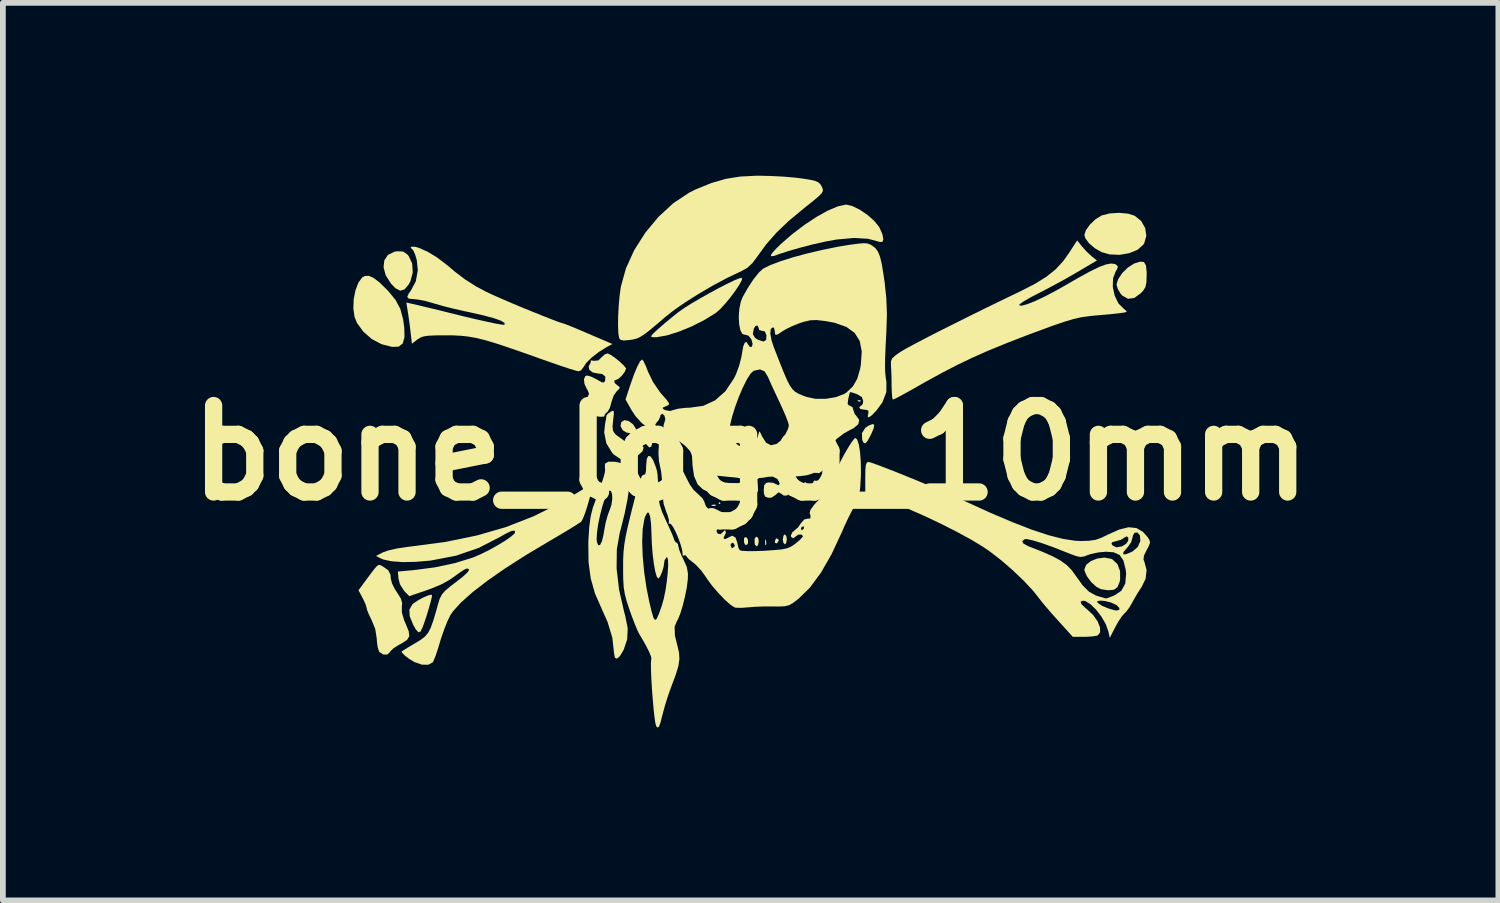
<source format=kicad_pcb>
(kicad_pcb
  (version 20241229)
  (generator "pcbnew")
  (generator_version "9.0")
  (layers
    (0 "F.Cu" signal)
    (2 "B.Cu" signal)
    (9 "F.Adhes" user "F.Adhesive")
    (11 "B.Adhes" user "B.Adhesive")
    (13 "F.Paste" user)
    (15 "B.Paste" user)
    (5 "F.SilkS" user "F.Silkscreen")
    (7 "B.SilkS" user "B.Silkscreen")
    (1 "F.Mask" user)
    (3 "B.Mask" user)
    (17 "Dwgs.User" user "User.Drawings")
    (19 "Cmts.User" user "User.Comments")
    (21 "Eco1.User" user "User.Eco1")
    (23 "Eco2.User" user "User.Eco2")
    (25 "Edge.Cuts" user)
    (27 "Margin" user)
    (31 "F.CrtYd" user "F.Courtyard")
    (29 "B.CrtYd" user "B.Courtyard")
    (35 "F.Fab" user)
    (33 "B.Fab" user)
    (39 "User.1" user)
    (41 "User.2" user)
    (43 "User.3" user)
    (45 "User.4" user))
  (footprint "bone_logo_10mm"
    (layer "F.Cu")
    (at 9.979 4.811)
    (property "Reference" "bone_logo_10mm" (at 0 0 0) (layer "F.SilkS") (effects (font (size 1.5 1.5) (thickness 0.3))))
    (attr board_only exclude_from_pos_files exclude_from_bom)
    (fp_poly (pts (xy -0.523 0.872) (xy -0.541 0.89) (xy -0.558 0.872) (xy -0.541 0.855)) (stroke (width 0) (type solid)) (fill yes) (layer "F.SilkS"))
    (fp_poly (pts (xy -0.603 0.904) (xy -0.613 0.919) (xy -0.648 0.922) (xy -0.686 0.913) (xy -0.669 0.901) (xy -0.615 0.897)) (stroke (width 0) (type solid)) (fill yes) (layer "F.SilkS"))
    (fp_poly (pts (xy 0.267 1.509) (xy 0.272 1.58) (xy 0.267 1.596) (xy 0.255 1.601) (xy 0.25 1.553) (xy 0.255 1.503)) (stroke (width 0) (type solid)) (fill yes) (layer "F.SilkS"))
    (fp_poly (pts (xy 1.907 -0.913) (xy 1.903 -0.892) (xy 1.884 -0.89) (xy 1.855 -0.902) (xy 1.861 -0.913) (xy 1.902 -0.917)) (stroke (width 0) (type solid)) (fill yes) (layer "F.SilkS"))
    (fp_poly (pts (xy -0.066 1.469) (xy -0.045 1.514) (xy -0.047 1.569) (xy -0.06 1.592) (xy -0.095 1.597) (xy -0.114 1.555) (xy -0.116 1.489) (xy -0.101 1.463)) (stroke (width 0) (type solid)) (fill yes) (layer "F.SilkS"))
    (fp_poly (pts (xy 0.487 1.508) (xy 0.488 1.516) (xy 0.463 1.563) (xy 0.454 1.57) (xy 0.424 1.562) (xy 0.419 1.537) (xy 0.437 1.489) (xy 0.454 1.483)) (stroke (width 0) (type solid)) (fill yes) (layer "F.SilkS"))
    (fp_poly (pts (xy 0.619 1.443) (xy 0.628 1.5) (xy 0.616 1.566) (xy 0.593 1.587) (xy 0.567 1.558) (xy 0.558 1.5) (xy 0.57 1.435) (xy 0.593 1.413)) (stroke (width 0) (type solid)) (fill yes) (layer "F.SilkS"))
    (fp_poly (pts (xy 0.13 1.475) (xy 0.14 1.532) (xy 0.128 1.599) (xy 0.105 1.622) (xy 0.074 1.594) (xy 0.07 1.57) (xy 0.068 1.507) (xy 0.067 1.492) (xy 0.091 1.459) (xy 0.102 1.455)) (stroke (width 0) (type solid)) (fill yes) (layer "F.SilkS"))
    (fp_poly (pts (xy -2.117 -0.553) (xy -2.042 -0.497) (xy -1.994 -0.423) (xy -1.989 -0.394) (xy -2.016 -0.351) (xy -2.082 -0.339) (xy -2.161 -0.356) (xy -2.223 -0.396) (xy -2.259 -0.467) (xy -2.245 -0.534) (xy -2.192 -0.569)) (stroke (width 0) (type solid)) (fill yes) (layer "F.SilkS"))
    (fp_poly (pts (xy 2.145 -0.487) (xy 2.134 -0.423) (xy 2.088 -0.318) (xy 2.03 -0.21) (xy 1.989 -0.165) (xy 1.958 -0.178) (xy 1.936 -0.227) (xy 1.931 -0.342) (xy 1.991 -0.436) (xy 2.042 -0.471) (xy 2.115 -0.501)) (stroke (width 0) (type solid)) (fill yes) (layer "F.SilkS"))
    (fp_poly (pts (xy -1.784 -0.34) (xy -1.77 -0.334) (xy -1.711 -0.299) (xy -1.697 -0.237) (xy -1.702 -0.195) (xy -1.724 -0.11) (xy -1.758 -0.094) (xy -1.808 -0.145) (xy -1.822 -0.166) (xy -1.885 -0.277) (xy -1.901 -0.341) (xy -1.868 -0.36)) (stroke (width 0) (type solid)) (fill yes) (layer "F.SilkS"))
    (fp_poly (pts (xy -6.033 -3.495) (xy -5.962 -3.448) (xy -5.935 -3.416) (xy -5.875 -3.287) (xy -5.865 -3.133) (xy -5.906 -2.978) (xy -5.934 -2.926) (xy -6.007 -2.838) (xy -6.083 -2.816) (xy -6.167 -2.859) (xy -6.243 -2.939) (xy -6.335 -3.084) (xy -6.372 -3.223) (xy -6.358 -3.344) (xy -6.295 -3.437) (xy -6.183 -3.492) (xy -6.132 -3.5)) (stroke (width 0) (type solid)) (fill yes) (layer "F.SilkS"))
    (fp_poly (pts (xy -5.531 2.464) (xy -5.534 2.502) (xy -5.555 2.588) (xy -5.588 2.705) (xy -5.628 2.836) (xy -5.671 2.963) (xy -5.694 3.027) (xy -5.73 3.1) (xy -5.766 3.114) (xy -5.81 3.066) (xy -5.858 2.982) (xy -5.918 2.834) (xy -5.923 2.719) (xy -5.872 2.63) (xy -5.846 2.607) (xy -5.765 2.553) (xy -5.671 2.504) (xy -5.588 2.47) (xy -5.536 2.462)) (stroke (width 0) (type solid)) (fill yes) (layer "F.SilkS"))
    (fp_poly (pts (xy 6.255 1.838) (xy 6.279 1.849) (xy 6.366 1.93) (xy 6.412 2.054) (xy 6.412 2.202) (xy 6.403 2.241) (xy 6.367 2.329) (xy 6.306 2.375) (xy 6.207 2.384) (xy 6.081 2.366) (xy 5.999 2.323) (xy 5.91 2.241) (xy 5.836 2.141) (xy 5.795 2.048) (xy 5.792 2.023) (xy 5.823 1.943) (xy 5.905 1.877) (xy 6.017 1.833) (xy 6.14 1.817)) (stroke (width 0) (type solid)) (fill yes) (layer "F.SilkS"))
    (fp_poly (pts (xy 6.826 -3.313) (xy 6.861 -3.255) (xy 6.873 -3.138) (xy 6.873 -3.086) (xy 6.869 -2.961) (xy 6.852 -2.879) (xy 6.812 -2.815) (xy 6.771 -2.771) (xy 6.657 -2.689) (xy 6.549 -2.675) (xy 6.452 -2.729) (xy 6.422 -2.761) (xy 6.372 -2.846) (xy 6.35 -2.922) (xy 6.35 -2.923) (xy 6.378 -3.015) (xy 6.448 -3.12) (xy 6.545 -3.216) (xy 6.649 -3.283) (xy 6.655 -3.286) (xy 6.76 -3.32)) (stroke (width 0) (type solid)) (fill yes) (layer "F.SilkS"))
    (fp_poly (pts (xy 6.555 -4.152) (xy 6.665 -4.116) (xy 6.778 -4.025) (xy 6.848 -3.902) (xy 6.867 -3.767) (xy 6.831 -3.639) (xy 6.816 -3.615) (xy 6.717 -3.527) (xy 6.572 -3.467) (xy 6.403 -3.438) (xy 6.231 -3.445) (xy 6.088 -3.486) (xy 5.973 -3.553) (xy 5.874 -3.638) (xy 5.809 -3.725) (xy 5.792 -3.781) (xy 5.819 -3.866) (xy 5.89 -3.964) (xy 5.986 -4.056) (xy 6.09 -4.12) (xy 6.094 -4.122) (xy 6.233 -4.157) (xy 6.397 -4.167)) (stroke (width 0) (type solid)) (fill yes) (layer "F.SilkS"))
    (fp_poly (pts (xy -6.544 -3.037) (xy -6.439 -2.956) (xy -6.304 -2.823) (xy -6.288 -2.806) (xy -6.163 -2.654) (xy -6.081 -2.499) (xy -6.032 -2.317) (xy -6.013 -2.178) (xy -6.008 -2.011) (xy -6.038 -1.901) (xy -6.107 -1.845) (xy -6.222 -1.84) (xy -6.385 -1.881) (xy -6.415 -1.891) (xy -6.578 -1.977) (xy -6.723 -2.105) (xy -6.832 -2.254) (xy -6.875 -2.359) (xy -6.896 -2.508) (xy -6.89 -2.669) (xy -6.859 -2.823) (xy -6.81 -2.953) (xy -6.745 -3.043) (xy -6.7 -3.07) (xy -6.629 -3.074)) (stroke (width 0) (type solid)) (fill yes) (layer "F.SilkS"))
    (fp_poly (pts (xy -2.376 -0.724) (xy -2.375 -0.671) (xy -2.387 -0.569) (xy -2.398 -0.455) (xy -2.389 -0.385) (xy -2.357 -0.334) (xy -2.33 -0.308) (xy -2.184 -0.203) (xy -2.038 -0.159) (xy -1.993 -0.157) (xy -1.896 -0.139) (xy -1.857 -0.094) (xy -1.877 -0.029) (xy -1.957 0.044) (xy -1.986 0.063) (xy -2.13 0.119) (xy -2.259 0.107) (xy -2.377 0.027) (xy -2.402 0.001) (xy -2.505 -0.166) (xy -2.542 -0.354) (xy -2.528 -0.497) (xy -2.511 -0.586) (xy -2.504 -0.642) (xy -2.504 -0.647) (xy -2.481 -0.678) (xy -2.436 -0.711) (xy -2.395 -0.733)) (stroke (width 0) (type solid)) (fill yes) (layer "F.SilkS"))
    (fp_poly (pts (xy -0.149 -3.039) (xy -0.154 -2.999) (xy -0.196 -2.92) (xy -0.264 -2.817) (xy -0.349 -2.703) (xy -0.44 -2.592) (xy -0.528 -2.497) (xy -0.601 -2.432) (xy -0.607 -2.428) (xy -0.809 -2.304) (xy -1.029 -2.193) (xy -1.251 -2.103) (xy -1.456 -2.039) (xy -1.628 -2.009) (xy -1.673 -2.008) (xy -1.719 -2.011) (xy -1.727 -2.028) (xy -1.694 -2.069) (xy -1.614 -2.144) (xy -1.605 -2.151) (xy -1.491 -2.251) (xy -1.354 -2.364) (xy -1.248 -2.448) (xy -1.153 -2.515) (xy -1.024 -2.596) (xy -0.872 -2.685) (xy -0.71 -2.776) (xy -0.549 -2.863) (xy -0.4 -2.939) (xy -0.277 -2.998) (xy -0.189 -3.033) (xy -0.149 -3.039)) (stroke (width 0) (type solid)) (fill yes) (layer "F.SilkS"))
    (fp_poly (pts (xy 1.767 -4.284) (xy 1.897 -4.219) (xy 2.031 -4.128) (xy 2.148 -4.024) (xy 2.23 -3.922) (xy 2.235 -3.913) (xy 2.286 -3.797) (xy 2.303 -3.709) (xy 2.286 -3.662) (xy 2.242 -3.662) (xy 2.036 -3.717) (xy 1.794 -3.731) (xy 1.506 -3.705) (xy 1.477 -3.701) (xy 1.295 -3.668) (xy 1.082 -3.62) (xy 0.859 -3.562) (xy 0.65 -3.502) (xy 0.476 -3.445) (xy 0.41 -3.42) (xy 0.36 -3.413) (xy 0.349 -3.428) (xy 0.373 -3.468) (xy 0.435 -3.538) (xy 0.517 -3.619) (xy 0.721 -3.797) (xy 0.934 -3.958) (xy 1.144 -4.097) (xy 1.34 -4.206) (xy 1.512 -4.279) (xy 1.648 -4.309) (xy 1.661 -4.309)) (stroke (width 0) (type solid)) (fill yes) (layer "F.SilkS"))
    (fp_poly (pts (xy -6.425 1.949) (xy -6.39 1.968) (xy -6.383 1.972) (xy -6.292 2.035) (xy -6.252 2.112) (xy -6.246 2.184) (xy -6.225 2.265) (xy -6.174 2.368) (xy -6.138 2.422) (xy -6.072 2.527) (xy -6.048 2.608) (xy -6.054 2.671) (xy -6.054 2.772) (xy -6.014 2.905) (xy -5.986 2.97) (xy -5.935 3.096) (xy -5.925 3.181) (xy -5.963 3.245) (xy -6.056 3.306) (xy -6.108 3.333) (xy -6.194 3.387) (xy -6.251 3.44) (xy -6.257 3.453) (xy -6.305 3.499) (xy -6.375 3.5) (xy -6.44 3.459) (xy -6.453 3.439) (xy -6.476 3.362) (xy -6.489 3.253) (xy -6.49 3.221) (xy -6.516 3.056) (xy -6.577 2.906) (xy -6.626 2.805) (xy -6.658 2.725) (xy -6.664 2.696) (xy -6.68 2.639) (xy -6.719 2.55) (xy -6.736 2.517) (xy -6.807 2.384) (xy -6.692 2.228) (xy -6.593 2.095) (xy -6.527 2.009) (xy -6.484 1.961) (xy -6.453 1.944)) (stroke (width 0) (type solid)) (fill yes) (layer "F.SilkS"))
    (fp_poly (pts (xy 0.36 -4.806) (xy 0.575 -4.795) (xy 0.772 -4.778) (xy 0.88 -4.765) (xy 1.028 -4.742) (xy 1.123 -4.72) (xy 1.18 -4.693) (xy 1.215 -4.656) (xy 1.233 -4.624) (xy 1.251 -4.583) (xy 1.254 -4.548) (xy 1.234 -4.509) (xy 1.184 -4.457) (xy 1.095 -4.382) (xy 0.961 -4.275) (xy 0.933 -4.253) (xy 0.666 -4.031) (xy 0.45 -3.826) (xy 0.271 -3.622) (xy 0.123 -3.419) (xy 0.032 -3.296) (xy -0.057 -3.213) (xy -0.172 -3.149) (xy -0.205 -3.134) (xy -0.419 -3.032) (xy -0.656 -2.905) (xy -0.899 -2.763) (xy -1.129 -2.618) (xy -1.329 -2.48) (xy -1.47 -2.369) (xy -1.636 -2.227) (xy -1.76 -2.124) (xy -1.853 -2.053) (xy -1.926 -2.008) (xy -1.988 -1.982) (xy -2.051 -1.967) (xy -2.099 -1.96) (xy -2.204 -1.951) (xy -2.261 -1.964) (xy -2.282 -1.993) (xy -2.296 -2.072) (xy -2.302 -2.203) (xy -2.3 -2.367) (xy -2.291 -2.546) (xy -2.275 -2.723) (xy -2.254 -2.879) (xy -2.252 -2.888) (xy -2.164 -3.205) (xy -2.02 -3.521) (xy -1.828 -3.823) (xy -1.599 -4.098) (xy -1.343 -4.334) (xy -1.068 -4.517) (xy -0.955 -4.573) (xy -0.68 -4.685) (xy -0.431 -4.757) (xy -0.178 -4.797) (xy 0.105 -4.811) (xy 0.157 -4.811)) (stroke (width 0) (type solid)) (fill yes) (layer "F.SilkS"))
    (fp_poly (pts (xy -2.434 -1.705) (xy -2.358 -1.653) (xy -2.274 -1.585) (xy -2.203 -1.518) (xy -2.165 -1.47) (xy -2.163 -1.462) (xy -2.185 -1.407) (xy -2.236 -1.34) (xy -2.293 -1.287) (xy -2.324 -1.273) (xy -2.368 -1.255) (xy -2.359 -1.212) (xy -2.311 -1.171) (xy -2.272 -1.14) (xy -2.284 -1.108) (xy -2.323 -1.072) (xy -2.377 -0.997) (xy -2.414 -0.892) (xy -2.418 -0.873) (xy -2.445 -0.778) (xy -2.484 -0.714) (xy -2.494 -0.706) (xy -2.533 -0.669) (xy -2.533 -0.651) (xy -2.547 -0.631) (xy -2.611 -0.627) (xy -2.695 -0.638) (xy -2.748 -0.678) (xy -2.779 -0.744) (xy -2.808 -0.83) (xy -2.835 -0.881) (xy -2.847 -0.943) (xy -2.827 -0.975) (xy -2.805 -1.028) (xy -2.831 -1.092) (xy -2.841 -1.105) (xy -2.884 -1.195) (xy -2.894 -1.278) (xy -2.87 -1.332) (xy -2.839 -1.343) (xy -2.774 -1.326) (xy -2.684 -1.282) (xy -2.664 -1.271) (xy -2.587 -1.227) (xy -2.547 -1.222) (xy -2.526 -1.252) (xy -2.523 -1.327) (xy -2.579 -1.37) (xy -2.649 -1.378) (xy -2.743 -1.397) (xy -2.801 -1.443) (xy -2.811 -1.503) (xy -2.796 -1.53) (xy -2.773 -1.579) (xy -2.778 -1.597) (xy -2.766 -1.606) (xy -2.723 -1.598) (xy -2.644 -1.605) (xy -2.595 -1.653) (xy -2.534 -1.709) (xy -2.484 -1.727)) (stroke (width 0) (type solid)) (fill yes) (layer "F.SilkS"))
    (fp_poly (pts (xy -2.357 0.154) (xy -2.293 0.166) (xy -2.184 0.199) (xy -2.127 0.241) (xy -2.106 0.287) (xy -2.095 0.408) (xy -2.106 0.584) (xy -2.137 0.802) (xy -2.187 1.051) (xy -2.254 1.32) (xy -2.272 1.384) (xy -2.323 1.674) (xy -2.327 2.006) (xy -2.284 2.374) (xy -2.194 2.768) (xy -2.178 2.824) (xy -2.134 3.044) (xy -2.143 3.235) (xy -2.204 3.417) (xy -2.205 3.418) (xy -2.268 3.525) (xy -2.32 3.571) (xy -2.356 3.555) (xy -2.372 3.474) (xy -2.373 3.456) (xy -2.401 3.209) (xy -2.483 2.936) (xy -2.587 2.702) (xy -2.702 2.441) (xy -2.776 2.178) (xy -2.814 1.895) (xy -2.818 1.57) (xy -2.816 1.518) (xy -2.815 1.495) (xy -2.674 1.495) (xy -2.668 1.549) (xy -2.643 1.605) (xy -2.613 1.597) (xy -2.581 1.532) (xy -2.553 1.416) (xy -2.542 1.344) (xy -2.515 1.203) (xy -2.477 1.069) (xy -2.451 1.002) (xy -2.417 0.904) (xy -2.402 0.802) (xy -2.405 0.714) (xy -2.426 0.661) (xy -2.453 0.655) (xy -2.49 0.697) (xy -2.531 0.793) (xy -2.574 0.925) (xy -2.613 1.078) (xy -2.646 1.234) (xy -2.667 1.379) (xy -2.674 1.495) (xy -2.815 1.495) (xy -2.802 1.288) (xy -2.778 1.109) (xy -2.742 0.961) (xy -2.723 0.907) (xy -2.646 0.694) (xy -2.59 0.535) (xy -2.553 0.423) (xy -2.533 0.347) (xy -2.526 0.297) (xy -2.529 0.264) (xy -2.53 0.26) (xy -2.529 0.188) (xy -2.47 0.152)) (stroke (width 0) (type solid)) (fill yes) (layer "F.SilkS"))
    (fp_poly (pts (xy 5.746 -3.589) (xy 5.83 -3.495) (xy 5.917 -3.414) (xy 6.01 -3.34) (xy 5.665 -3.136) (xy 5.479 -3.029) (xy 5.269 -2.914) (xy 5.067 -2.807) (xy 4.98 -2.763) (xy 4.844 -2.692) (xy 4.738 -2.63) (xy 4.673 -2.584) (xy 4.658 -2.563) (xy 4.703 -2.555) (xy 4.797 -2.58) (xy 4.932 -2.633) (xy 5.098 -2.711) (xy 5.287 -2.81) (xy 5.443 -2.898) (xy 5.693 -3.042) (xy 5.892 -3.151) (xy 6.046 -3.226) (xy 6.164 -3.27) (xy 6.252 -3.287) (xy 6.317 -3.28) (xy 6.346 -3.266) (xy 6.374 -3.234) (xy 6.358 -3.185) (xy 6.337 -3.154) (xy 6.29 -3.032) (xy 6.285 -2.883) (xy 6.318 -2.73) (xy 6.383 -2.595) (xy 6.475 -2.503) (xy 6.483 -2.497) (xy 6.523 -2.463) (xy 6.522 -2.446) (xy 6.482 -2.436) (xy 6.386 -2.423) (xy 6.249 -2.408) (xy 6.086 -2.394) (xy 5.899 -2.377) (xy 5.746 -2.356) (xy 5.602 -2.324) (xy 5.445 -2.277) (xy 5.251 -2.21) (xy 5.216 -2.198) (xy 4.812 -2.049) (xy 4.461 -1.913) (xy 4.149 -1.786) (xy 3.864 -1.66) (xy 3.592 -1.53) (xy 3.319 -1.389) (xy 3.032 -1.232) (xy 2.896 -1.154) (xy 2.745 -1.069) (xy 2.617 -0.999) (xy 2.522 -0.948) (xy 2.474 -0.926) (xy 2.47 -0.925) (xy 2.458 -0.957) (xy 2.45 -1.04) (xy 2.446 -1.158) (xy 2.446 -1.16) (xy 2.445 -1.303) (xy 2.44 -1.436) (xy 2.435 -1.517) (xy 2.435 -1.588) (xy 2.457 -1.641) (xy 2.515 -1.695) (xy 2.599 -1.753) (xy 2.684 -1.804) (xy 2.824 -1.88) (xy 3.014 -1.979) (xy 3.244 -2.098) (xy 3.51 -2.231) (xy 3.802 -2.377) (xy 4.115 -2.531) (xy 4.44 -2.689) (xy 4.675 -2.802) (xy 4.932 -2.933) (xy 5.133 -3.058) (xy 5.294 -3.187) (xy 5.425 -3.329) (xy 5.521 -3.464) (xy 5.667 -3.688)) (stroke (width 0) (type solid)) (fill yes) (layer "F.SilkS"))
    (fp_poly (pts (xy -5.822 -3.577) (xy -5.761 -3.56) (xy -5.609 -3.493) (xy -5.446 -3.394) (xy -5.26 -3.253) (xy -5.129 -3.142) (xy -4.966 -3.017) (xy -4.77 -2.892) (xy -4.588 -2.795) (xy -4.474 -2.742) (xy -4.324 -2.676) (xy -4.15 -2.601) (xy -3.964 -2.523) (xy -3.777 -2.447) (xy -3.603 -2.377) (xy -3.453 -2.318) (xy -3.338 -2.274) (xy -3.271 -2.252) (xy -3.261 -2.25) (xy -3.222 -2.237) (xy -3.133 -2.202) (xy -3.004 -2.149) (xy -2.85 -2.083) (xy -2.819 -2.07) (xy -2.399 -1.89) (xy -2.502 -1.835) (xy -2.638 -1.75) (xy -2.761 -1.654) (xy -2.855 -1.561) (xy -2.898 -1.494) (xy -2.945 -1.432) (xy -2.991 -1.417) (xy -3.042 -1.43) (xy -3.148 -1.462) (xy -3.296 -1.511) (xy -3.475 -1.573) (xy -3.675 -1.643) (xy -3.681 -1.646) (xy -3.989 -1.755) (xy -4.242 -1.842) (xy -4.449 -1.91) (xy -4.621 -1.96) (xy -4.768 -1.996) (xy -4.899 -2.019) (xy -5.025 -2.033) (xy -5.155 -2.04) (xy -5.293 -2.041) (xy -5.471 -2.04) (xy -5.594 -2.034) (xy -5.677 -2.022) (xy -5.735 -2.001) (xy -5.784 -1.97) (xy -5.786 -1.968) (xy -5.879 -1.895) (xy -5.901 -2.081) (xy -5.919 -2.231) (xy -5.941 -2.386) (xy -5.949 -2.439) (xy -5.976 -2.61) (xy -5.875 -2.587) (xy -5.757 -2.56) (xy -5.599 -2.522) (xy -5.428 -2.481) (xy -5.271 -2.442) (xy -5.216 -2.428) (xy -4.99 -2.372) (xy -4.778 -2.322) (xy -4.59 -2.28) (xy -4.437 -2.247) (xy -4.329 -2.228) (xy -4.275 -2.223) (xy -4.272 -2.224) (xy -4.271 -2.255) (xy -4.328 -2.292) (xy -4.446 -2.335) (xy -4.627 -2.384) (xy -4.875 -2.441) (xy -4.972 -2.461) (xy -5.146 -2.501) (xy -5.327 -2.546) (xy -5.479 -2.589) (xy -5.507 -2.598) (xy -5.642 -2.636) (xy -5.77 -2.661) (xy -5.847 -2.669) (xy -5.934 -2.677) (xy -5.961 -2.709) (xy -5.931 -2.772) (xy -5.9 -2.814) (xy -5.812 -2.978) (xy -5.777 -3.169) (xy -5.795 -3.348) (xy -5.825 -3.447) (xy -5.855 -3.513) (xy -5.866 -3.527) (xy -5.903 -3.562) (xy -5.884 -3.58)) (stroke (width 0) (type solid)) (fill yes) (layer "F.SilkS"))
    (fp_poly (pts (xy -2.761 0.558) (xy -2.756 0.59) (xy -2.767 0.667) (xy -2.794 0.781) (xy -2.831 0.911) (xy -2.871 1.037) (xy -2.91 1.137) (xy -2.939 1.191) (xy -2.939 1.191) (xy -2.983 1.222) (xy -3.076 1.281) (xy -3.208 1.362) (xy -3.368 1.457) (xy -3.506 1.538) (xy -3.91 1.779) (xy -4.267 2.008) (xy -4.574 2.222) (xy -4.829 2.419) (xy -5.028 2.596) (xy -5.167 2.75) (xy -5.214 2.82) (xy -5.264 2.923) (xy -5.321 3.067) (xy -5.376 3.227) (xy -5.392 3.28) (xy -5.435 3.422) (xy -5.476 3.541) (xy -5.509 3.619) (xy -5.519 3.636) (xy -5.595 3.677) (xy -5.706 3.675) (xy -5.834 3.631) (xy -5.929 3.574) (xy -6.009 3.511) (xy -6.054 3.463) (xy -6.059 3.448) (xy -6.021 3.422) (xy -5.94 3.372) (xy -5.832 3.308) (xy -5.82 3.301) (xy -5.725 3.243) (xy -5.654 3.188) (xy -5.599 3.123) (xy -5.553 3.035) (xy -5.509 2.912) (xy -5.458 2.741) (xy -5.428 2.631) (xy -5.397 2.531) (xy -5.359 2.457) (xy -5.3 2.389) (xy -5.206 2.311) (xy -5.129 2.253) (xy -4.99 2.144) (xy -4.909 2.068) (xy -4.885 2.023) (xy -4.918 2.006) (xy -4.923 2.006) (xy -4.972 2.026) (xy -5.05 2.077) (xy -5.089 2.106) (xy -5.221 2.2) (xy -5.363 2.279) (xy -5.537 2.352) (xy -5.686 2.405) (xy -5.926 2.486) (xy -6.015 2.394) (xy -6.087 2.28) (xy -6.113 2.18) (xy -6.123 2.059) (xy -5.845 2.034) (xy -5.478 1.986) (xy -5.132 1.912) (xy -4.829 1.819) (xy -4.814 1.813) (xy -4.683 1.757) (xy -4.538 1.685) (xy -4.393 1.604) (xy -4.261 1.524) (xy -4.158 1.452) (xy -4.099 1.399) (xy -4.09 1.385) (xy -4.096 1.348) (xy -4.152 1.355) (xy -4.259 1.406) (xy -4.357 1.462) (xy -4.723 1.65) (xy -5.111 1.783) (xy -5.535 1.865) (xy -5.578 1.871) (xy -5.819 1.891) (xy -6.041 1.895) (xy -6.23 1.881) (xy -6.373 1.851) (xy -6.42 1.832) (xy -6.502 1.788) (xy -6.38 1.725) (xy -6.285 1.692) (xy -6.14 1.659) (xy -5.963 1.632) (xy -5.894 1.624) (xy -5.297 1.545) (xy -4.752 1.433) (xy -4.246 1.287) (xy -3.768 1.1) (xy -3.305 0.87) (xy -2.852 0.596) (xy -2.787 0.557)) (stroke (width 0) (type solid)) (fill yes) (layer "F.SilkS"))
    (fp_poly (pts (xy -1.738 0.06) (xy -1.692 0.127) (xy -1.644 0.251) (xy -1.626 0.314) (xy -1.616 0.382) (xy -1.608 0.497) (xy -1.603 0.633) (xy -1.603 0.645) (xy -1.597 0.786) (xy -1.578 0.901) (xy -1.541 1.016) (xy -1.478 1.159) (xy -1.462 1.192) (xy -1.402 1.322) (xy -1.355 1.43) (xy -1.329 1.5) (xy -1.326 1.514) (xy -1.301 1.551) (xy -1.291 1.553) (xy -1.262 1.582) (xy -1.256 1.617) (xy -1.24 1.683) (xy -1.2 1.783) (xy -1.166 1.851) (xy -1.108 1.98) (xy -1.088 2.095) (xy -1.091 2.196) (xy -1.109 2.338) (xy -1.141 2.497) (xy -1.18 2.654) (xy -1.222 2.791) (xy -1.261 2.888) (xy -1.279 2.916) (xy -1.32 3.017) (xy -1.315 3.17) (xy -1.271 3.349) (xy -1.243 3.467) (xy -1.237 3.579) (xy -1.255 3.701) (xy -1.301 3.853) (xy -1.366 4.025) (xy -1.428 4.196) (xy -1.488 4.386) (xy -1.531 4.546) (xy -1.564 4.675) (xy -1.588 4.745) (xy -1.61 4.767) (xy -1.635 4.751) (xy -1.637 4.749) (xy -1.652 4.7) (xy -1.668 4.596) (xy -1.684 4.452) (xy -1.699 4.283) (xy -1.713 4.104) (xy -1.723 3.93) (xy -1.73 3.774) (xy -1.731 3.653) (xy -1.726 3.581) (xy -1.723 3.57) (xy -1.731 3.528) (xy -1.767 3.443) (xy -1.824 3.332) (xy -1.892 3.212) (xy -1.926 3.158) (xy -1.962 3.087) (xy -2.011 2.97) (xy -2.066 2.826) (xy -2.097 2.739) (xy -2.149 2.583) (xy -2.183 2.456) (xy -2.203 2.334) (xy -2.212 2.192) (xy -2.214 2.006) (xy -2.213 1.852) (xy -2.207 1.72) (xy -2.193 1.592) (xy -2.184 1.536) (xy -1.883 1.536) (xy -1.874 1.788) (xy -1.849 2.062) (xy -1.808 2.343) (xy -1.76 2.582) (xy -1.719 2.754) (xy -1.688 2.86) (xy -1.66 2.901) (xy -1.63 2.878) (xy -1.592 2.793) (xy -1.541 2.647) (xy -1.539 2.641) (xy -1.507 2.525) (xy -1.478 2.384) (xy -1.456 2.233) (xy -1.44 2.087) (xy -1.432 1.959) (xy -1.434 1.863) (xy -1.447 1.813) (xy -1.46 1.811) (xy -1.495 1.864) (xy -1.5 1.898) (xy -1.511 1.977) (xy -1.538 2.067) (xy -1.571 2.143) (xy -1.6 2.18) (xy -1.604 2.181) (xy -1.63 2.148) (xy -1.656 2.058) (xy -1.68 1.925) (xy -1.701 1.761) (xy -1.715 1.579) (xy -1.721 1.416) (xy -1.729 1.23) (xy -1.745 1.104) (xy -1.768 1.039) (xy -1.796 1.038) (xy -1.83 1.103) (xy -1.847 1.158) (xy -1.874 1.321) (xy -1.883 1.536) (xy -2.184 1.536) (xy -2.17 1.453) (xy -2.134 1.286) (xy -2.083 1.073) (xy -2.061 0.984) (xy -2.001 0.75) (xy -1.954 0.578) (xy -1.916 0.463) (xy -1.887 0.399) (xy -1.864 0.381) (xy -1.861 0.381) (xy -1.832 0.374) (xy -1.817 0.316) (xy -1.814 0.226) (xy -1.804 0.107) (xy -1.777 0.053)) (stroke (width 0) (type solid)) (fill yes) (layer "F.SilkS"))
    (fp_poly (pts (xy 1.85 -0.23) (xy 1.878 -0.142) (xy 1.899 -0.011) (xy 1.911 0.151) (xy 1.914 0.331) (xy 1.912 0.417) (xy 1.902 0.59) (xy 1.888 0.712) (xy 1.867 0.8) (xy 1.834 0.872) (xy 1.809 0.914) (xy 1.756 1.006) (xy 1.689 1.14) (xy 1.618 1.293) (xy 1.589 1.361) (xy 1.406 1.754) (xy 1.219 2.08) (xy 1.028 2.338) (xy 0.832 2.53) (xy 0.825 2.536) (xy 0.735 2.604) (xy 0.665 2.644) (xy 0.588 2.662) (xy 0.482 2.666) (xy 0.389 2.665) (xy 0.229 2.665) (xy 0.069 2.671) (xy -0.052 2.681) (xy -0.164 2.689) (xy -0.252 2.687) (xy -0.279 2.682) (xy -0.352 2.634) (xy -0.451 2.546) (xy -0.56 2.432) (xy -0.666 2.309) (xy -0.752 2.193) (xy -0.771 2.163) (xy -0.853 2.048) (xy -0.946 1.947) (xy -0.997 1.904) (xy -1.072 1.846) (xy -1.113 1.8) (xy -1.116 1.79) (xy -1.138 1.774) (xy -1.152 1.78) (xy -1.181 1.783) (xy -1.181 1.773) (xy -1.185 1.708) (xy -1.21 1.609) (xy -1.211 1.605) (xy -0.349 1.605) (xy -0.331 1.648) (xy -0.311 1.651) (xy -0.275 1.615) (xy -0.274 1.605) (xy -0.301 1.564) (xy -0.311 1.559) (xy -0.343 1.576) (xy -0.349 1.605) (xy -1.211 1.605) (xy -1.249 1.495) (xy -1.296 1.383) (xy -1.343 1.291) (xy -1.383 1.235) (xy -1.405 1.227) (xy -1.425 1.227) (xy -1.419 1.213) (xy -1.419 1.162) (xy -1.444 1.074) (xy -1.465 1.024) (xy -1.511 0.882) (xy -1.532 0.705) (xy -1.534 0.607) (xy -1.54 0.462) (xy -1.553 0.33) (xy -1.571 0.24) (xy -1.572 0.236) (xy -1.592 0.139) (xy -1.6 0.01) (xy -1.598 -0.056) (xy -1.587 -0.242) (xy -1.463 -0.117) (xy -1.398 -0.045) (xy -1.331 0.049) (xy -1.255 0.174) (xy -1.163 0.341) (xy -1.055 0.551) (xy -0.991 0.641) (xy -0.905 0.722) (xy -0.904 0.723) (xy -0.836 0.788) (xy -0.803 0.849) (xy -0.802 0.856) (xy -0.776 0.926) (xy -0.714 0.993) (xy -0.644 1.028) (xy -0.634 1.029) (xy -0.595 1.053) (xy -0.593 1.064) (xy -0.622 1.095) (xy -0.648 1.099) (xy -0.689 1.125) (xy -0.691 1.16) (xy -0.651 1.208) (xy -0.567 1.213) (xy -0.476 1.186) (xy -0.433 1.172) (xy -0.437 1.197) (xy -0.459 1.234) (xy -0.51 1.291) (xy -0.549 1.308) (xy -0.588 1.336) (xy -0.593 1.361) (xy -0.569 1.404) (xy -0.52 1.409) (xy -0.48 1.372) (xy -0.479 1.369) (xy -0.449 1.345) (xy -0.436 1.351) (xy -0.431 1.395) (xy -0.448 1.424) (xy -0.472 1.477) (xy -0.448 1.498) (xy -0.393 1.474) (xy -0.386 1.467) (xy -0.318 1.437) (xy -0.263 1.469) (xy -0.232 1.557) (xy -0.231 1.566) (xy -0.212 1.647) (xy -0.189 1.69) (xy -0.143 1.7) (xy -0.043 1.705) (xy 0.096 1.704) (xy 0.244 1.698) (xy 0.421 1.686) (xy 0.544 1.674) (xy 0.63 1.656) (xy 0.695 1.63) (xy 0.755 1.591) (xy 0.776 1.575) (xy 0.854 1.51) (xy 0.901 1.458) (xy 0.907 1.444) (xy 0.882 1.417) (xy 0.829 1.418) (xy 0.785 1.447) (xy 0.785 1.448) (xy 0.74 1.482) (xy 0.704 1.461) (xy 0.698 1.432) (xy 0.725 1.375) (xy 0.76 1.347) (xy 0.804 1.308) (xy 0.872 1.308) (xy 0.884 1.342) (xy 0.888 1.343) (xy 0.917 1.319) (xy 0.925 1.308) (xy 0.922 1.276) (xy 0.909 1.273) (xy 0.874 1.299) (xy 0.872 1.308) (xy 0.804 1.308) (xy 0.823 1.292) (xy 0.871 1.223) (xy 0.929 1.156) (xy 0.982 1.142) (xy 1.034 1.138) (xy 1.04 1.094) (xy 1.024 1.046) (xy 1.038 0.988) (xy 1.106 0.895) (xy 1.186 0.811) (xy 1.314 0.674) (xy 1.398 0.559) (xy 1.452 0.446) (xy 1.482 0.331) (xy 1.508 0.257) (xy 1.557 0.153) (xy 1.62 0.033) (xy 1.688 -0.084) (xy 1.75 -0.183) (xy 1.799 -0.246) (xy 1.818 -0.26)) (stroke (width 0) (type solid)) (fill yes) (layer "F.SilkS"))
    (fp_poly (pts (xy 2.094 0.17) (xy 2.198 0.207) (xy 2.346 0.263) (xy 2.526 0.333) (xy 2.729 0.415) (xy 2.943 0.503) (xy 3.159 0.593) (xy 3.366 0.681) (xy 3.553 0.763) (xy 3.71 0.834) (xy 3.721 0.839) (xy 4.162 1.04) (xy 4.548 1.204) (xy 4.884 1.334) (xy 5.173 1.429) (xy 5.42 1.492) (xy 5.627 1.524) (xy 5.723 1.529) (xy 5.873 1.525) (xy 5.986 1.509) (xy 6.092 1.471) (xy 6.194 1.421) (xy 6.396 1.33) (xy 6.56 1.29) (xy 6.695 1.304) (xy 6.808 1.37) (xy 6.883 1.453) (xy 6.923 1.513) (xy 6.932 1.559) (xy 6.909 1.619) (xy 6.874 1.684) (xy 6.827 1.781) (xy 6.818 1.848) (xy 6.835 1.894) (xy 6.872 2.032) (xy 6.855 2.185) (xy 6.787 2.324) (xy 6.716 2.433) (xy 6.643 2.559) (xy 6.626 2.592) (xy 6.568 2.69) (xy 6.51 2.765) (xy 6.49 2.784) (xy 6.442 2.837) (xy 6.38 2.93) (xy 6.331 3.018) (xy 6.233 3.21) (xy 6.209 3.1) (xy 6.165 2.975) (xy 6.089 2.843) (xy 5.996 2.722) (xy 5.898 2.626) (xy 5.808 2.571) (xy 5.805 2.571) (xy 6.017 2.571) (xy 6.019 2.595) (xy 6.031 2.608) (xy 6.102 2.655) (xy 6.209 2.7) (xy 6.316 2.731) (xy 6.358 2.736) (xy 6.401 2.719) (xy 6.398 2.689) (xy 6.349 2.64) (xy 6.255 2.597) (xy 6.142 2.569) (xy 6.076 2.564) (xy 6.017 2.571) (xy 5.805 2.571) (xy 5.772 2.564) (xy 5.726 2.58) (xy 5.741 2.625) (xy 5.816 2.697) (xy 5.844 2.719) (xy 5.948 2.818) (xy 6.023 2.926) (xy 6.064 3.03) (xy 6.066 3.115) (xy 6.022 3.169) (xy 6.016 3.171) (xy 5.95 3.183) (xy 5.845 3.191) (xy 5.776 3.192) (xy 5.591 3.192) (xy 5.334 2.908) (xy 5.223 2.785) (xy 5.127 2.673) (xy 5.056 2.589) (xy 5.027 2.551) (xy 4.906 2.397) (xy 4.742 2.221) (xy 4.548 2.036) (xy 4.342 1.858) (xy 4.137 1.7) (xy 4.032 1.629) (xy 3.873 1.533) (xy 4.713 1.533) (xy 4.735 1.575) (xy 4.82 1.62) (xy 4.824 1.622) (xy 5.062 1.715) (xy 5.245 1.796) (xy 5.384 1.872) (xy 5.49 1.95) (xy 5.574 2.037) (xy 5.649 2.141) (xy 5.65 2.143) (xy 5.765 2.303) (xy 5.873 2.409) (xy 5.988 2.473) (xy 6.036 2.489) (xy 6.118 2.512) (xy 6.164 2.526) (xy 6.166 2.526) (xy 6.2 2.517) (xy 6.276 2.488) (xy 6.313 2.474) (xy 6.434 2.393) (xy 6.502 2.268) (xy 6.517 2.098) (xy 6.509 2.023) (xy 6.47 1.869) (xy 6.405 1.773) (xy 6.374 1.758) (xy 6.463 1.758) (xy 6.507 1.761) (xy 6.605 1.722) (xy 6.63 1.709) (xy 6.719 1.632) (xy 6.764 1.529) (xy 6.756 1.431) (xy 6.713 1.381) (xy 6.663 1.386) (xy 6.631 1.44) (xy 6.629 1.464) (xy 6.605 1.547) (xy 6.547 1.632) (xy 6.542 1.637) (xy 6.474 1.716) (xy 6.463 1.758) (xy 6.374 1.758) (xy 6.301 1.725) (xy 6.171 1.715) (xy 6.034 1.727) (xy 5.903 1.755) (xy 5.855 1.772) (xy 5.785 1.798) (xy 5.726 1.806) (xy 5.655 1.792) (xy 5.552 1.755) (xy 5.489 1.73) (xy 5.254 1.637) (xy 5.085 1.577) (xy 6.262 1.577) (xy 6.281 1.606) (xy 6.349 1.639) (xy 6.442 1.623) (xy 6.516 1.579) (xy 6.552 1.527) (xy 6.556 1.473) (xy 6.527 1.448) (xy 6.527 1.448) (xy 6.479 1.473) (xy 6.475 1.478) (xy 6.43 1.506) (xy 6.349 1.53) (xy 6.346 1.531) (xy 6.275 1.55) (xy 6.262 1.577) (xy 5.085 1.577) (xy 5.055 1.566) (xy 4.9 1.519) (xy 4.797 1.496) (xy 4.757 1.497) (xy 4.713 1.533) (xy 3.873 1.533) (xy 3.827 1.505) (xy 3.575 1.368) (xy 3.295 1.226) (xy 3.007 1.09) (xy 2.73 0.969) (xy 2.483 0.871) (xy 2.381 0.835) (xy 1.989 0.705) (xy 1.989 0.431) (xy 1.991 0.29) (xy 2 0.206) (xy 2.018 0.166) (xy 2.043 0.157)) (stroke (width 0) (type solid)) (fill yes) (layer "F.SilkS"))
    (fp_poly (pts (xy 2.031 -3.634) (xy 2.083 -3.614) (xy 2.11 -3.597) (xy 2.167 -3.552) (xy 2.21 -3.492) (xy 2.245 -3.406) (xy 2.275 -3.282) (xy 2.304 -3.108) (xy 2.327 -2.948) (xy 2.355 -2.676) (xy 2.365 -2.412) (xy 2.356 -2.119) (xy 2.355 -2.093) (xy 2.342 -1.847) (xy 2.334 -1.658) (xy 2.332 -1.513) (xy 2.335 -1.401) (xy 2.344 -1.308) (xy 2.356 -1.232) (xy 2.355 -1.054) (xy 2.286 -0.877) (xy 2.187 -0.741) (xy 2.1 -0.65) (xy 2.047 -0.615) (xy 2.031 -0.636) (xy 2.041 -0.68) (xy 2.045 -0.732) (xy 2.001 -0.749) (xy 1.974 -0.75) (xy 1.907 -0.762) (xy 1.884 -0.785) (xy 1.911 -0.819) (xy 1.919 -0.82) (xy 1.946 -0.85) (xy 1.954 -0.899) (xy 1.93 -0.969) (xy 1.85 -1.018) (xy 1.843 -1.021) (xy 1.766 -1.047) (xy 1.726 -1.055) (xy 1.725 -1.055) (xy 1.713 -1.019) (xy 1.695 -0.942) (xy 1.693 -0.933) (xy 1.683 -0.854) (xy 1.703 -0.823) (xy 1.724 -0.82) (xy 1.77 -0.791) (xy 1.779 -0.754) (xy 1.805 -0.677) (xy 1.832 -0.645) (xy 1.884 -0.572) (xy 1.868 -0.498) (xy 1.787 -0.429) (xy 1.736 -0.404) (xy 1.618 -0.338) (xy 1.498 -0.247) (xy 1.461 -0.212) (xy 1.376 -0.111) (xy 1.332 -0.007) (xy 1.314 0.097) (xy 1.286 0.223) (xy 1.241 0.313) (xy 1.186 0.353) (xy 1.147 0.346) (xy 1.097 0.347) (xy 1.046 0.367) (xy 0.973 0.388) (xy 0.858 0.403) (xy 0.765 0.408) (xy 0.646 0.413) (xy 0.584 0.426) (xy 0.565 0.452) (xy 0.566 0.466) (xy 0.604 0.507) (xy 0.686 0.539) (xy 0.782 0.557) (xy 0.868 0.555) (xy 0.913 0.532) (xy 0.946 0.507) (xy 0.982 0.532) (xy 1.043 0.573) (xy 1.077 0.553) (xy 1.082 0.52) (xy 1.099 0.481) (xy 1.161 0.484) (xy 1.167 0.485) (xy 1.248 0.484) (xy 1.288 0.445) (xy 1.316 0.405) (xy 1.324 0.43) (xy 1.325 0.456) (xy 1.295 0.524) (xy 1.217 0.59) (xy 1.114 0.643) (xy 1.006 0.67) (xy 0.942 0.668) (xy 0.858 0.666) (xy 0.825 0.69) (xy 0.795 0.704) (xy 0.751 0.663) (xy 0.709 0.616) (xy 0.689 0.626) (xy 0.675 0.672) (xy 0.636 0.739) (xy 0.575 0.741) (xy 0.528 0.707) (xy 0.485 0.684) (xy 0.442 0.72) (xy 0.437 0.727) (xy 0.361 0.776) (xy 0.308 0.779) (xy 0.252 0.759) (xy 0.23 0.705) (xy 0.227 0.645) (xy 0.235 0.56) (xy 0.269 0.522) (xy 0.307 0.512) (xy 0.391 0.519) (xy 0.435 0.54) (xy 0.484 0.561) (xy 0.505 0.535) (xy 0.49 0.484) (xy 0.466 0.453) (xy 0.382 0.411) (xy 0.304 0.415) (xy 0.212 0.431) (xy 0.15 0.436) (xy 0.117 0.454) (xy 0.118 0.519) (xy 0.122 0.539) (xy 0.128 0.659) (xy 0.083 0.735) (xy -0.018 0.771) (xy -0.086 0.776) (xy -0.196 0.77) (xy -0.258 0.742) (xy -0.281 0.712) (xy -0.33 0.653) (xy -0.373 0.66) (xy -0.395 0.707) (xy -0.41 0.742) (xy -0.427 0.716) (xy -0.436 0.689) (xy -0.47 0.622) (xy -0.513 0.621) (xy -0.551 0.652) (xy -0.582 0.669) (xy -0.593 0.627) (xy -0.593 0.602) (xy -0.579 0.52) (xy -0.545 0.483) (xy -0.508 0.498) (xy -0.46 0.513) (xy -0.37 0.522) (xy -0.321 0.523) (xy -0.221 0.528) (xy -0.168 0.548) (xy -0.143 0.594) (xy -0.139 0.611) (xy -0.118 0.698) (xy -0.074 0.617) (xy -0.043 0.538) (xy -0.058 0.484) (xy -0.125 0.45) (xy -0.253 0.428) (xy -0.303 0.423) (xy -0.451 0.409) (xy -0.595 0.393) (xy -0.685 0.381) (xy -0.797 0.376) (xy -0.853 0.399) (xy -0.854 0.4) (xy -0.865 0.449) (xy -0.817 0.476) (xy -0.752 0.483) (xy -0.68 0.51) (xy -0.665 0.573) (xy -0.694 0.64) (xy -0.726 0.667) (xy -0.779 0.656) (xy -0.827 0.634) (xy -0.92 0.547) (xy -0.982 0.404) (xy -1.01 0.211) (xy -1.012 0.148) (xy -1.019 0.046) (xy -1.049 -0.028) (xy -1.116 -0.103) (xy -1.147 -0.132) (xy -1.247 -0.208) (xy -1.347 -0.264) (xy -1.388 -0.277) (xy -1.473 -0.315) (xy -1.498 -0.366) (xy -0.37 -0.366) (xy -0.366 -0.332) (xy -0.314 -0.224) (xy -0.222 -0.136) (xy -0.115 -0.09) (xy -0.085 -0.087) (xy -0.007 -0.114) (xy 0.067 -0.179) (xy 0.119 -0.265) (xy 0.141 -0.344) (xy 0.141 -0.345) (xy 0.15 -0.375) (xy 0.173 -0.343) (xy 0.197 -0.289) (xy 0.266 -0.178) (xy 0.352 -0.133) (xy 0.453 -0.157) (xy 0.454 -0.157) (xy 0.529 -0.221) (xy 0.601 -0.319) (xy 0.651 -0.422) (xy 0.663 -0.48) (xy 0.648 -0.536) (xy 0.609 -0.639) (xy 0.552 -0.77) (xy 0.509 -0.864) (xy 0.437 -1.017) (xy 0.37 -1.161) (xy 0.319 -1.275) (xy 0.301 -1.317) (xy 0.242 -1.415) (xy 0.163 -1.449) (xy 0.053 -1.426) (xy -0.001 -1.377) (xy -0.066 -1.274) (xy -0.137 -1.133) (xy -0.207 -0.968) (xy -0.271 -0.794) (xy -0.323 -0.626) (xy -0.358 -0.479) (xy -0.37 -0.366) (xy -1.498 -0.366) (xy -1.51 -0.391) (xy -1.511 -0.394) (xy -1.513 -0.478) (xy -1.497 -0.528) (xy -1.481 -0.585) (xy -1.497 -0.648) (xy -1.535 -0.68) (xy -1.539 -0.68) (xy -1.567 -0.652) (xy -1.57 -0.632) (xy -1.595 -0.571) (xy -1.623 -0.54) (xy -1.656 -0.492) (xy -1.636 -0.449) (xy -1.618 -0.412) (xy -1.661 -0.401) (xy -1.665 -0.401) (xy -1.771 -0.432) (xy -1.887 -0.515) (xy -1.999 -0.638) (xy -2.068 -0.743) (xy -2.172 -0.928) (xy -2.095 -1.162) (xy -2.029 -1.351) (xy -1.969 -1.496) (xy -1.92 -1.589) (xy -1.885 -1.622) (xy -1.885 -1.622) (xy -1.86 -1.592) (xy -1.822 -1.514) (xy -1.782 -1.411) (xy -1.695 -1.231) (xy -1.576 -1.057) (xy -1.546 -1.021) (xy -1.463 -0.927) (xy -1.422 -0.871) (xy -1.417 -0.84) (xy -1.444 -0.821) (xy -1.47 -0.811) (xy -1.526 -0.786) (xy -1.521 -0.764) (xy -1.488 -0.744) (xy -1.401 -0.727) (xy -1.338 -0.746) (xy -1.255 -0.768) (xy -1.135 -0.782) (xy -1.056 -0.785) (xy -0.822 -0.817) (xy -0.616 -0.913) (xy -0.438 -1.071) (xy -0.291 -1.292) (xy -0.255 -1.365) (xy -0.202 -1.506) (xy -0.162 -1.659) (xy -0.151 -1.725) (xy -0.129 -1.848) (xy -0.101 -1.916) (xy -0.071 -1.924) (xy -0.048 -1.886) (xy -0.012 -1.837) (xy 0.023 -1.845) (xy 0.034 -1.893) (xy 0.012 -1.972) (xy -0.036 -2.033) (xy -0.091 -2.051) (xy -0.096 -2.05) (xy -0.143 -2.064) (xy 0.037 -2.064) (xy 0.076 -1.996) (xy 0.131 -1.962) (xy 0.221 -1.933) (xy 0.268 -1.959) (xy 0.274 -2.041) (xy 0.273 -2.046) (xy 0.262 -2.071) (xy 0.341 -2.071) (xy 0.363 -1.952) (xy 0.399 -1.842) (xy 0.493 -1.6) (xy 0.567 -1.414) (xy 0.626 -1.276) (xy 0.676 -1.176) (xy 0.724 -1.107) (xy 0.774 -1.06) (xy 0.833 -1.026) (xy 0.905 -0.996) (xy 0.969 -0.972) (xy 1.124 -0.939) (xy 1.303 -0.939) (xy 1.479 -0.968) (xy 1.625 -1.024) (xy 1.665 -1.05) (xy 1.776 -1.157) (xy 1.851 -1.289) (xy 1.901 -1.464) (xy 1.913 -1.536) (xy 1.928 -1.761) (xy 1.893 -1.942) (xy 1.805 -2.083) (xy 1.661 -2.187) (xy 1.457 -2.259) (xy 1.288 -2.29) (xy 1.144 -2.306) (xy 1.033 -2.302) (xy 0.92 -2.275) (xy 0.849 -2.252) (xy 0.722 -2.201) (xy 0.607 -2.145) (xy 0.551 -2.111) (xy 0.472 -2.057) (xy 0.432 -2.048) (xy 0.419 -2.083) (xy 0.419 -2.111) (xy 0.406 -2.168) (xy 0.388 -2.181) (xy 0.349 -2.151) (xy 0.341 -2.071) (xy 0.262 -2.071) (xy 0.245 -2.11) (xy 0.201 -2.118) (xy 0.149 -2.133) (xy 0.14 -2.162) (xy 0.122 -2.21) (xy 0.084 -2.204) (xy 0.056 -2.16) (xy 0.037 -2.064) (xy -0.143 -2.064) (xy -0.144 -2.064) (xy -0.179 -2.131) (xy -0.2 -2.236) (xy -0.207 -2.363) (xy -0.197 -2.498) (xy -0.171 -2.624) (xy -0.14 -2.703) (xy -0.049 -2.864) (xy 0.048 -3.012) (xy 0.141 -3.129) (xy 0.217 -3.199) (xy 0.218 -3.199) (xy 0.339 -3.259) (xy 0.515 -3.326) (xy 0.734 -3.395) (xy 0.982 -3.462) (xy 1.246 -3.524) (xy 1.511 -3.578) (xy 1.716 -3.612) (xy 1.866 -3.632) (xy 1.965 -3.64)) (stroke (width 0) (type solid)) (fill yes) (layer "F.SilkS")))
  (gr_rect
    (start -3 -3)
    (end 22.957 12.578)
    (stroke (width 0.1) (type default))
    (fill no)
    (layer "Edge.Cuts")))
</source>
